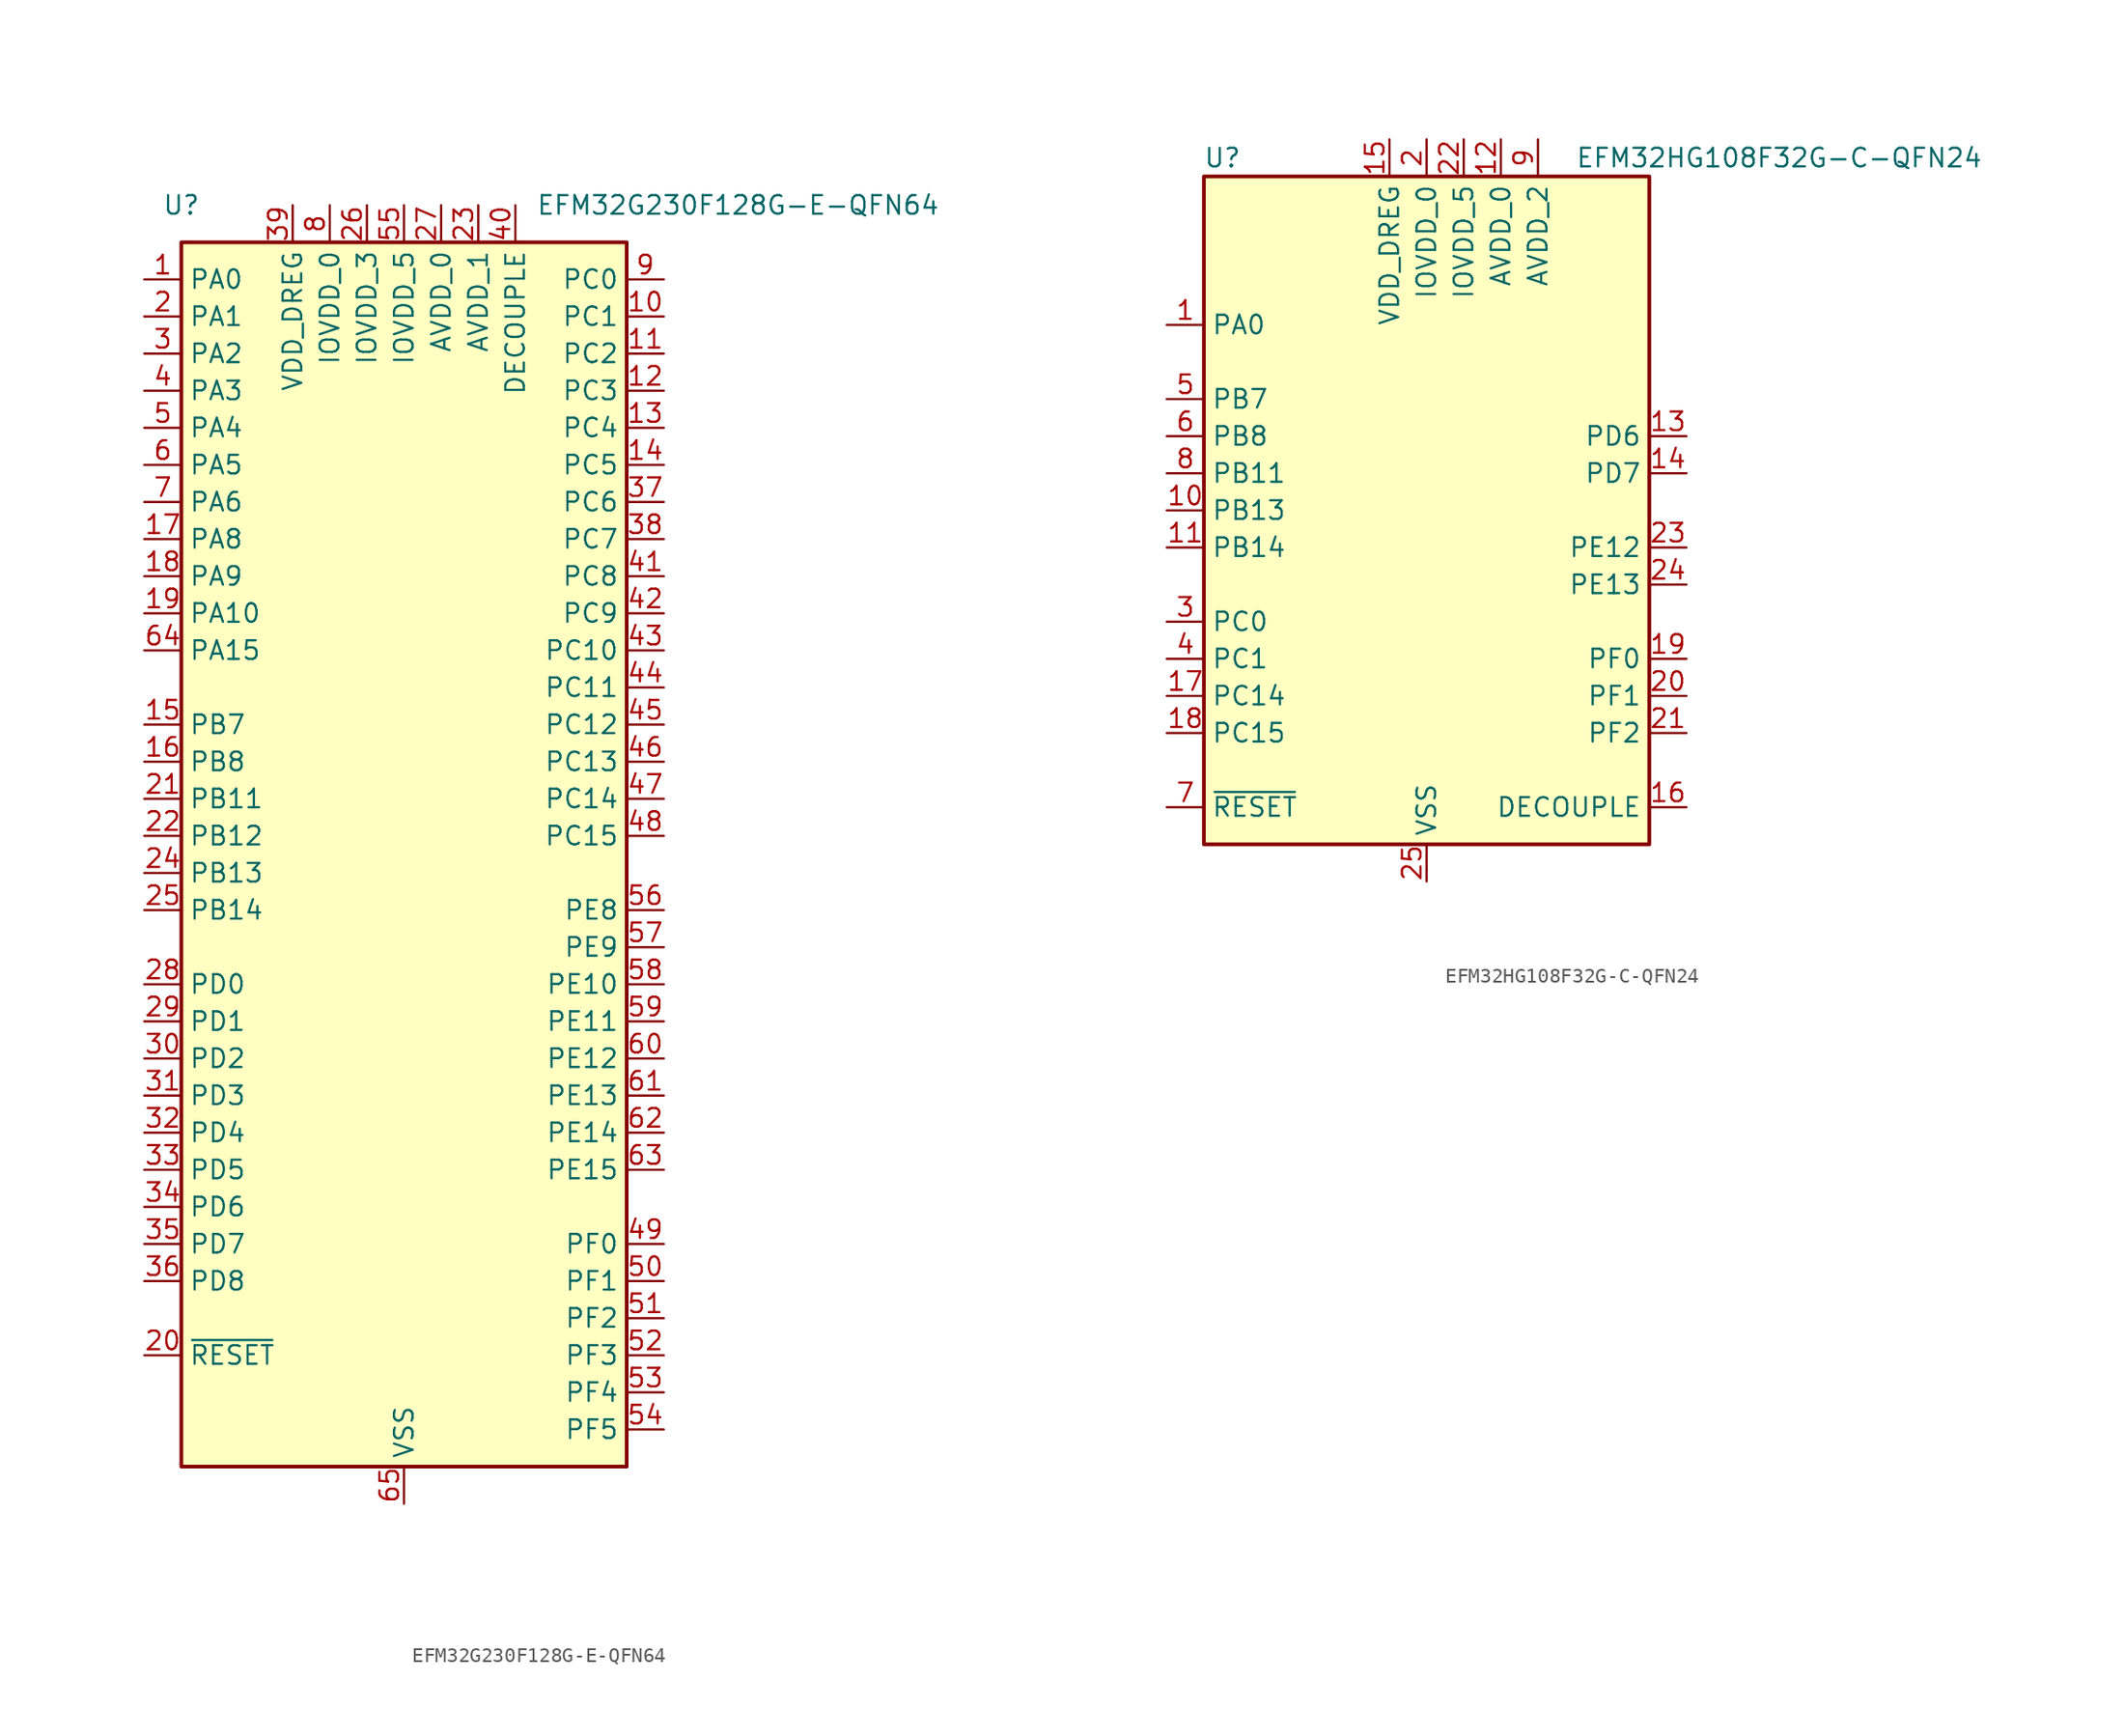
<source format=kicad_sym>
(kicad_symbol_lib
  (version 20211014)
  (generator kicad_symbol_editor)
  (symbol "EFM32G230F128G-E-QFN64"
    (property "Reference" "U"
      (at -15.24 43.18 0)
      (effects (font (size 1.27 1.27))))
    (property "Value" "EFM32G230F128G-E-QFN64"
      (at 22.86 43.18 0)
      (effects (font (size 1.27 1.27))))
    (symbol "EFM32G230F128G-E-QFN64_0_1"
      (rectangle (start -15.24 40.64) (end 15.24 -43.18) (stroke (width 0.254) (type default) (color 0 0 0 0)) (fill (type background))))
    (symbol "EFM32G230F128G-E-QFN64_1_1"
      (pin bidirectional line (at -17.78 38.1 0) (length 2.54) (name "PA0" (effects (font (size 1.27 1.27)))) (number "1" (effects (font (size 1.27 1.27)))))
      (pin bidirectional line (at 17.78 35.56 180) (length 2.54) (name "PC1" (effects (font (size 1.27 1.27)))) (number "10" (effects (font (size 1.27 1.27)))))
      (pin bidirectional line (at 17.78 33.02 180) (length 2.54) (name "PC2" (effects (font (size 1.27 1.27)))) (number "11" (effects (font (size 1.27 1.27)))))
      (pin bidirectional line (at 17.78 30.48 180) (length 2.54) (name "PC3" (effects (font (size 1.27 1.27)))) (number "12" (effects (font (size 1.27 1.27)))))
      (pin bidirectional line (at 17.78 27.94 180) (length 2.54) (name "PC4" (effects (font (size 1.27 1.27)))) (number "13" (effects (font (size 1.27 1.27)))))
      (pin bidirectional line (at 17.78 25.4 180) (length 2.54) (name "PC5" (effects (font (size 1.27 1.27)))) (number "14" (effects (font (size 1.27 1.27)))))
      (pin bidirectional line (at -17.78 7.62 0) (length 2.54) (name "PB7" (effects (font (size 1.27 1.27)))) (number "15" (effects (font (size 1.27 1.27)))))
      (pin bidirectional line (at -17.78 5.08 0) (length 2.54) (name "PB8" (effects (font (size 1.27 1.27)))) (number "16" (effects (font (size 1.27 1.27)))))
      (pin bidirectional line (at -17.78 20.32 0) (length 2.54) (name "PA8" (effects (font (size 1.27 1.27)))) (number "17" (effects (font (size 1.27 1.27)))))
      (pin bidirectional line (at -17.78 17.78 0) (length 2.54) (name "PA9" (effects (font (size 1.27 1.27)))) (number "18" (effects (font (size 1.27 1.27)))))
      (pin bidirectional line (at -17.78 15.24 0) (length 2.54) (name "PA10" (effects (font (size 1.27 1.27)))) (number "19" (effects (font (size 1.27 1.27)))))
      (pin bidirectional line (at -17.78 35.56 0) (length 2.54) (name "PA1" (effects (font (size 1.27 1.27)))) (number "2" (effects (font (size 1.27 1.27)))))
      (pin input line (at -17.78 -35.56 0) (length 2.54) (name "~{RESET}" (effects (font (size 1.27 1.27)))) (number "20" (effects (font (size 1.27 1.27)))))
      (pin bidirectional line (at -17.78 2.54 0) (length 2.54) (name "PB11" (effects (font (size 1.27 1.27)))) (number "21" (effects (font (size 1.27 1.27)))))
      (pin bidirectional line (at -17.78 0 0) (length 2.54) (name "PB12" (effects (font (size 1.27 1.27)))) (number "22" (effects (font (size 1.27 1.27)))))
      (pin power_in line (at 5.08 43.18 270) (length 2.54) (name "AVDD_1" (effects (font (size 1.27 1.27)))) (number "23" (effects (font (size 1.27 1.27)))))
      (pin bidirectional line (at -17.78 -2.54 0) (length 2.54) (name "PB13" (effects (font (size 1.27 1.27)))) (number "24" (effects (font (size 1.27 1.27)))))
      (pin bidirectional line (at -17.78 -5.08 0) (length 2.54) (name "PB14" (effects (font (size 1.27 1.27)))) (number "25" (effects (font (size 1.27 1.27)))))
      (pin power_in line (at -2.54 43.18 270) (length 2.54) (name "IOVDD_3" (effects (font (size 1.27 1.27)))) (number "26" (effects (font (size 1.27 1.27)))))
      (pin power_in line (at 2.54 43.18 270) (length 2.54) (name "AVDD_0" (effects (font (size 1.27 1.27)))) (number "27" (effects (font (size 1.27 1.27)))))
      (pin bidirectional line (at -17.78 -10.16 0) (length 2.54) (name "PD0" (effects (font (size 1.27 1.27)))) (number "28" (effects (font (size 1.27 1.27)))))
      (pin bidirectional line (at -17.78 -12.7 0) (length 2.54) (name "PD1" (effects (font (size 1.27 1.27)))) (number "29" (effects (font (size 1.27 1.27)))))
      (pin bidirectional line (at -17.78 33.02 0) (length 2.54) (name "PA2" (effects (font (size 1.27 1.27)))) (number "3" (effects (font (size 1.27 1.27)))))
      (pin bidirectional line (at -17.78 -15.24 0) (length 2.54) (name "PD2" (effects (font (size 1.27 1.27)))) (number "30" (effects (font (size 1.27 1.27)))))
      (pin bidirectional line (at -17.78 -17.78 0) (length 2.54) (name "PD3" (effects (font (size 1.27 1.27)))) (number "31" (effects (font (size 1.27 1.27)))))
      (pin bidirectional line (at -17.78 -20.32 0) (length 2.54) (name "PD4" (effects (font (size 1.27 1.27)))) (number "32" (effects (font (size 1.27 1.27)))))
      (pin bidirectional line (at -17.78 -22.86 0) (length 2.54) (name "PD5" (effects (font (size 1.27 1.27)))) (number "33" (effects (font (size 1.27 1.27)))))
      (pin bidirectional line (at -17.78 -25.4 0) (length 2.54) (name "PD6" (effects (font (size 1.27 1.27)))) (number "34" (effects (font (size 1.27 1.27)))))
      (pin bidirectional line (at -17.78 -27.94 0) (length 2.54) (name "PD7" (effects (font (size 1.27 1.27)))) (number "35" (effects (font (size 1.27 1.27)))))
      (pin bidirectional line (at -17.78 -30.48 0) (length 2.54) (name "PD8" (effects (font (size 1.27 1.27)))) (number "36" (effects (font (size 1.27 1.27)))))
      (pin bidirectional line (at 17.78 22.86 180) (length 2.54) (name "PC6" (effects (font (size 1.27 1.27)))) (number "37" (effects (font (size 1.27 1.27)))))
      (pin bidirectional line (at 17.78 20.32 180) (length 2.54) (name "PC7" (effects (font (size 1.27 1.27)))) (number "38" (effects (font (size 1.27 1.27)))))
      (pin power_in line (at -7.62 43.18 270) (length 2.54) (name "VDD_DREG" (effects (font (size 1.27 1.27)))) (number "39" (effects (font (size 1.27 1.27)))))
      (pin bidirectional line (at -17.78 30.48 0) (length 2.54) (name "PA3" (effects (font (size 1.27 1.27)))) (number "4" (effects (font (size 1.27 1.27)))))
      (pin passive line (at 7.62 43.18 270) (length 2.54) (name "DECOUPLE" (effects (font (size 1.27 1.27)))) (number "40" (effects (font (size 1.27 1.27)))))
      (pin bidirectional line (at 17.78 17.78 180) (length 2.54) (name "PC8" (effects (font (size 1.27 1.27)))) (number "41" (effects (font (size 1.27 1.27)))))
      (pin bidirectional line (at 17.78 15.24 180) (length 2.54) (name "PC9" (effects (font (size 1.27 1.27)))) (number "42" (effects (font (size 1.27 1.27)))))
      (pin bidirectional line (at 17.78 12.7 180) (length 2.54) (name "PC10" (effects (font (size 1.27 1.27)))) (number "43" (effects (font (size 1.27 1.27)))))
      (pin bidirectional line (at 17.78 10.16 180) (length 2.54) (name "PC11" (effects (font (size 1.27 1.27)))) (number "44" (effects (font (size 1.27 1.27)))))
      (pin bidirectional line (at 17.78 7.62 180) (length 2.54) (name "PC12" (effects (font (size 1.27 1.27)))) (number "45" (effects (font (size 1.27 1.27)))))
      (pin bidirectional line (at 17.78 5.08 180) (length 2.54) (name "PC13" (effects (font (size 1.27 1.27)))) (number "46" (effects (font (size 1.27 1.27)))))
      (pin bidirectional line (at 17.78 2.54 180) (length 2.54) (name "PC14" (effects (font (size 1.27 1.27)))) (number "47" (effects (font (size 1.27 1.27)))))
      (pin bidirectional line (at 17.78 0 180) (length 2.54) (name "PC15" (effects (font (size 1.27 1.27)))) (number "48" (effects (font (size 1.27 1.27)))))
      (pin bidirectional line (at 17.78 -27.94 180) (length 2.54) (name "PF0" (effects (font (size 1.27 1.27)))) (number "49" (effects (font (size 1.27 1.27)))))
      (pin bidirectional line (at -17.78 27.94 0) (length 2.54) (name "PA4" (effects (font (size 1.27 1.27)))) (number "5" (effects (font (size 1.27 1.27)))))
      (pin bidirectional line (at 17.78 -30.48 180) (length 2.54) (name "PF1" (effects (font (size 1.27 1.27)))) (number "50" (effects (font (size 1.27 1.27)))))
      (pin bidirectional line (at 17.78 -33.02 180) (length 2.54) (name "PF2" (effects (font (size 1.27 1.27)))) (number "51" (effects (font (size 1.27 1.27)))))
      (pin bidirectional line (at 17.78 -35.56 180) (length 2.54) (name "PF3" (effects (font (size 1.27 1.27)))) (number "52" (effects (font (size 1.27 1.27)))))
      (pin bidirectional line (at 17.78 -38.1 180) (length 2.54) (name "PF4" (effects (font (size 1.27 1.27)))) (number "53" (effects (font (size 1.27 1.27)))))
      (pin bidirectional line (at 17.78 -40.64 180) (length 2.54) (name "PF5" (effects (font (size 1.27 1.27)))) (number "54" (effects (font (size 1.27 1.27)))))
      (pin power_in line (at 0 43.18 270) (length 2.54) (name "IOVDD_5" (effects (font (size 1.27 1.27)))) (number "55" (effects (font (size 1.27 1.27)))))
      (pin bidirectional line (at 17.78 -5.08 180) (length 2.54) (name "PE8" (effects (font (size 1.27 1.27)))) (number "56" (effects (font (size 1.27 1.27)))))
      (pin bidirectional line (at 17.78 -7.62 180) (length 2.54) (name "PE9" (effects (font (size 1.27 1.27)))) (number "57" (effects (font (size 1.27 1.27)))))
      (pin bidirectional line (at 17.78 -10.16 180) (length 2.54) (name "PE10" (effects (font (size 1.27 1.27)))) (number "58" (effects (font (size 1.27 1.27)))))
      (pin bidirectional line (at 17.78 -12.7 180) (length 2.54) (name "PE11" (effects (font (size 1.27 1.27)))) (number "59" (effects (font (size 1.27 1.27)))))
      (pin bidirectional line (at -17.78 25.4 0) (length 2.54) (name "PA5" (effects (font (size 1.27 1.27)))) (number "6" (effects (font (size 1.27 1.27)))))
      (pin bidirectional line (at 17.78 -15.24 180) (length 2.54) (name "PE12" (effects (font (size 1.27 1.27)))) (number "60" (effects (font (size 1.27 1.27)))))
      (pin bidirectional line (at 17.78 -17.78 180) (length 2.54) (name "PE13" (effects (font (size 1.27 1.27)))) (number "61" (effects (font (size 1.27 1.27)))))
      (pin bidirectional line (at 17.78 -20.32 180) (length 2.54) (name "PE14" (effects (font (size 1.27 1.27)))) (number "62" (effects (font (size 1.27 1.27)))))
      (pin bidirectional line (at 17.78 -22.86 180) (length 2.54) (name "PE15" (effects (font (size 1.27 1.27)))) (number "63" (effects (font (size 1.27 1.27)))))
      (pin bidirectional line (at -17.78 12.7 0) (length 2.54) (name "PA15" (effects (font (size 1.27 1.27)))) (number "64" (effects (font (size 1.27 1.27)))))
      (pin power_in line (at 0 -45.72 90) (length 2.54) (name "VSS" (effects (font (size 1.27 1.27)))) (number "65" (effects (font (size 1.27 1.27)))))
      (pin bidirectional line (at -17.78 22.86 0) (length 2.54) (name "PA6" (effects (font (size 1.27 1.27)))) (number "7" (effects (font (size 1.27 1.27)))))
      (pin power_in line (at -5.08 43.18 270) (length 2.54) (name "IOVDD_0" (effects (font (size 1.27 1.27)))) (number "8" (effects (font (size 1.27 1.27)))))
      (pin bidirectional line (at 17.78 38.1 180) (length 2.54) (name "PC0" (effects (font (size 1.27 1.27)))) (number "9" (effects (font (size 1.27 1.27)))))))
  (symbol "EFM32HG108F32G-C-QFN24"
    (property "Reference" "U"
      (at -13.97 24.13 0)
      (effects (font (size 1.27 1.27))))
    (property "Value" "EFM32HG108F32G-C-QFN24"
      (at 24.13 24.13 0)
      (effects (font (size 1.27 1.27))))
    (symbol "EFM32HG108F32G-C-QFN24_0_1"
      (rectangle (start -15.24 22.86) (end 15.24 -22.86) (stroke (width 0.254) (type default) (color 0 0 0 0)) (fill (type background))))
    (symbol "EFM32HG108F32G-C-QFN24_1_1"
      (pin bidirectional line (at -17.78 12.7 0) (length 2.54) (name "PA0" (effects (font (size 1.27 1.27)))) (number "1" (effects (font (size 1.27 1.27)))))
      (pin bidirectional line (at -17.78 0 0) (length 2.54) (name "PB13" (effects (font (size 1.27 1.27)))) (number "10" (effects (font (size 1.27 1.27)))))
      (pin bidirectional line (at -17.78 -2.54 0) (length 2.54) (name "PB14" (effects (font (size 1.27 1.27)))) (number "11" (effects (font (size 1.27 1.27)))))
      (pin power_in line (at 5.08 25.4 270) (length 2.54) (name "AVDD_0" (effects (font (size 1.27 1.27)))) (number "12" (effects (font (size 1.27 1.27)))))
      (pin bidirectional line (at 17.78 5.08 180) (length 2.54) (name "PD6" (effects (font (size 1.27 1.27)))) (number "13" (effects (font (size 1.27 1.27)))))
      (pin bidirectional line (at 17.78 2.54 180) (length 2.54) (name "PD7" (effects (font (size 1.27 1.27)))) (number "14" (effects (font (size 1.27 1.27)))))
      (pin power_in line (at -2.54 25.4 270) (length 2.54) (name "VDD_DREG" (effects (font (size 1.27 1.27)))) (number "15" (effects (font (size 1.27 1.27)))))
      (pin passive line (at 17.78 -20.32 180) (length 2.54) (name "DECOUPLE" (effects (font (size 1.27 1.27)))) (number "16" (effects (font (size 1.27 1.27)))))
      (pin bidirectional line (at -17.78 -12.7 0) (length 2.54) (name "PC14" (effects (font (size 1.27 1.27)))) (number "17" (effects (font (size 1.27 1.27)))))
      (pin bidirectional line (at -17.78 -15.24 0) (length 2.54) (name "PC15" (effects (font (size 1.27 1.27)))) (number "18" (effects (font (size 1.27 1.27)))))
      (pin bidirectional line (at 17.78 -10.16 180) (length 2.54) (name "PF0" (effects (font (size 1.27 1.27)))) (number "19" (effects (font (size 1.27 1.27)))))
      (pin power_in line (at 0 25.4 270) (length 2.54) (name "IOVDD_0" (effects (font (size 1.27 1.27)))) (number "2" (effects (font (size 1.27 1.27)))))
      (pin bidirectional line (at 17.78 -12.7 180) (length 2.54) (name "PF1" (effects (font (size 1.27 1.27)))) (number "20" (effects (font (size 1.27 1.27)))))
      (pin bidirectional line (at 17.78 -15.24 180) (length 2.54) (name "PF2" (effects (font (size 1.27 1.27)))) (number "21" (effects (font (size 1.27 1.27)))))
      (pin power_in line (at 2.54 25.4 270) (length 2.54) (name "IOVDD_5" (effects (font (size 1.27 1.27)))) (number "22" (effects (font (size 1.27 1.27)))))
      (pin bidirectional line (at 17.78 -2.54 180) (length 2.54) (name "PE12" (effects (font (size 1.27 1.27)))) (number "23" (effects (font (size 1.27 1.27)))))
      (pin bidirectional line (at 17.78 -5.08 180) (length 2.54) (name "PE13" (effects (font (size 1.27 1.27)))) (number "24" (effects (font (size 1.27 1.27)))))
      (pin power_in line (at 0 -25.4 90) (length 2.54) (name "VSS" (effects (font (size 1.27 1.27)))) (number "25" (effects (font (size 1.27 1.27)))))
      (pin bidirectional line (at -17.78 -7.62 0) (length 2.54) (name "PC0" (effects (font (size 1.27 1.27)))) (number "3" (effects (font (size 1.27 1.27)))))
      (pin bidirectional line (at -17.78 -10.16 0) (length 2.54) (name "PC1" (effects (font (size 1.27 1.27)))) (number "4" (effects (font (size 1.27 1.27)))))
      (pin bidirectional line (at -17.78 7.62 0) (length 2.54) (name "PB7" (effects (font (size 1.27 1.27)))) (number "5" (effects (font (size 1.27 1.27)))))
      (pin bidirectional line (at -17.78 5.08 0) (length 2.54) (name "PB8" (effects (font (size 1.27 1.27)))) (number "6" (effects (font (size 1.27 1.27)))))
      (pin input line (at -17.78 -20.32 0) (length 2.54) (name "~{RESET}" (effects (font (size 1.27 1.27)))) (number "7" (effects (font (size 1.27 1.27)))))
      (pin bidirectional line (at -17.78 2.54 0) (length 2.54) (name "PB11" (effects (font (size 1.27 1.27)))) (number "8" (effects (font (size 1.27 1.27)))))
      (pin power_in line (at 7.62 25.4 270) (length 2.54) (name "AVDD_2" (effects (font (size 1.27 1.27)))) (number "9" (effects (font (size 1.27 1.27))))))))
</source>
